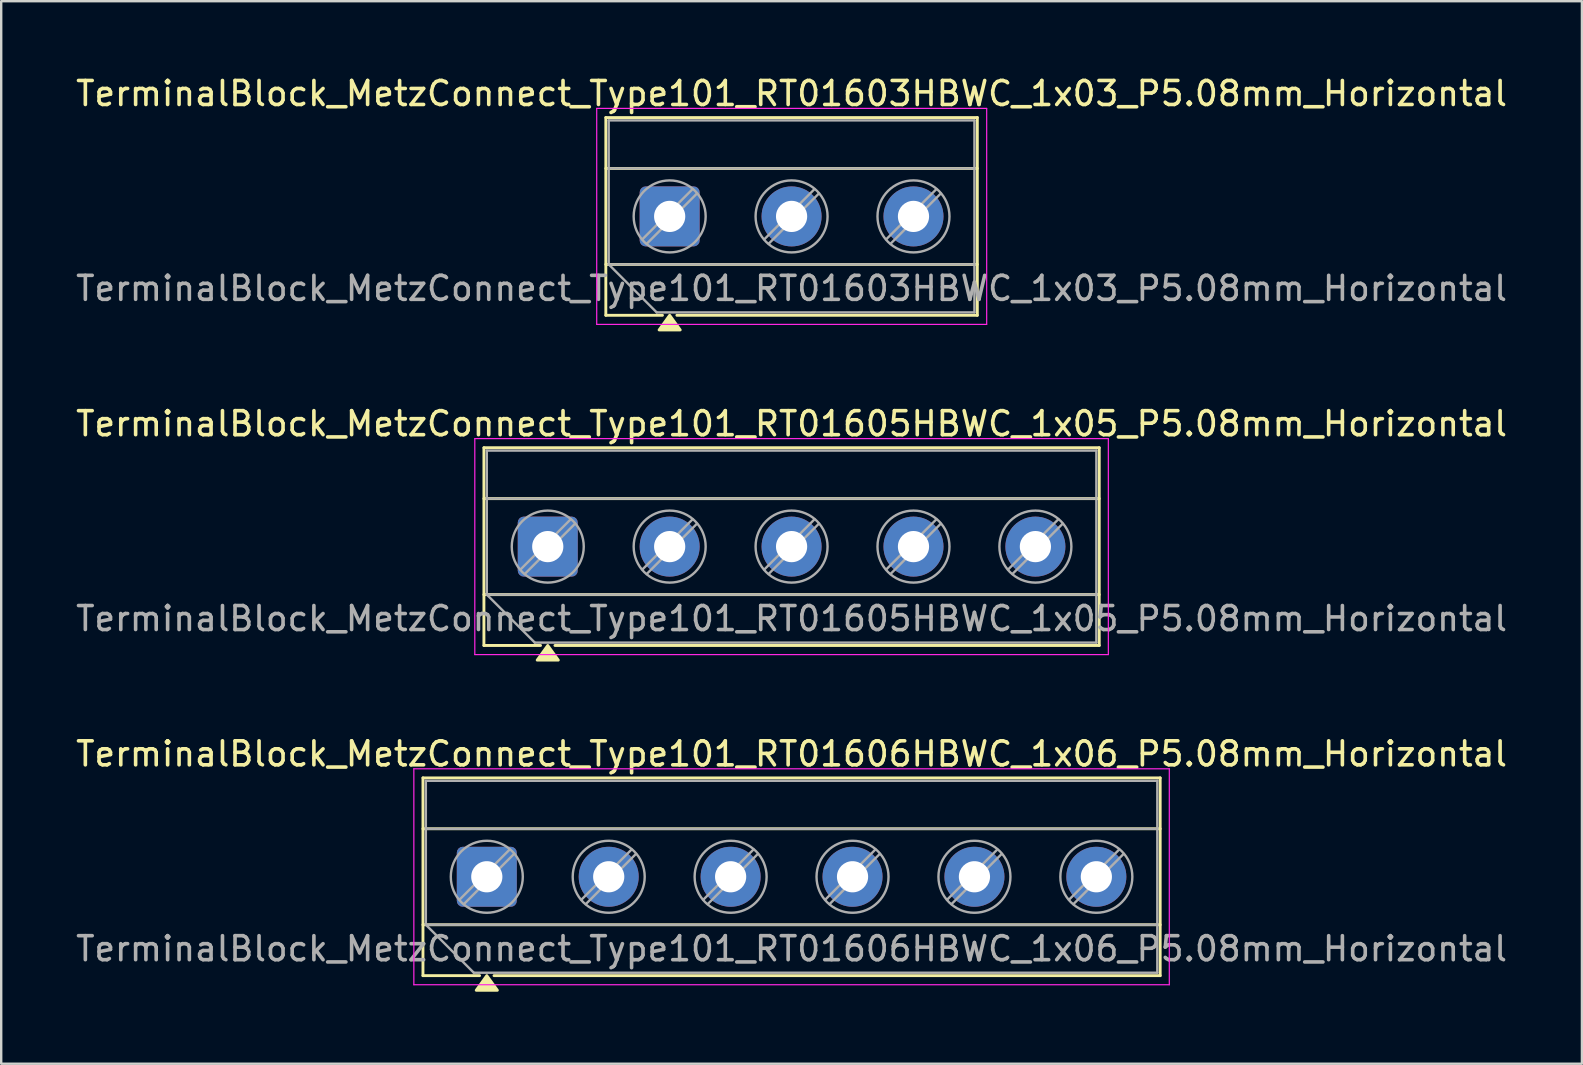
<source format=kicad_pcb>
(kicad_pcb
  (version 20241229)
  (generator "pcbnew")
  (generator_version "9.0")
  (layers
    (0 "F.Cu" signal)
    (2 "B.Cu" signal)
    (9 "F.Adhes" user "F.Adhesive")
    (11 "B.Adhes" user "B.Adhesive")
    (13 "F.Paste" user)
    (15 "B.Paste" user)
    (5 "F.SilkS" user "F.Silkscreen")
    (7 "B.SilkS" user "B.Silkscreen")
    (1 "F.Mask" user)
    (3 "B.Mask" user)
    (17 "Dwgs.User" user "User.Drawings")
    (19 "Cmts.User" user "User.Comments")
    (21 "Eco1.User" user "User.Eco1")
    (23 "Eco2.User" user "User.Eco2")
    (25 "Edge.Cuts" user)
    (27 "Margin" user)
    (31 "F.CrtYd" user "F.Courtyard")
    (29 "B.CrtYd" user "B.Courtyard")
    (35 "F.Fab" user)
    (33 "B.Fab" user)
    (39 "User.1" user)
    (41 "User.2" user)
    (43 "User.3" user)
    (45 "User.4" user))
  (footprint "TerminalBlock_MetzConnect_Type101_RT01605HBWC_1x05_P5.08mm_Horizontal"
    (layer "F.Cu")
    (at 19.775 19.727)
    (property "Reference" "TerminalBlock_MetzConnect_Type101_RT01605HBWC_1x05_P5.08mm_Horizontal" (at 10.16 -5.12 0) (layer "F.SilkS") (effects (font (size 1 1) (thickness 0.15))))
    (attr through_hole)
    (fp_line (start -2.66 -4.12) (end -2.66 4.12) (stroke (width 0.12) (type solid)) (layer "F.SilkS"))
    (fp_line (start -2.66 -4.12) (end 22.98 -4.12) (stroke (width 0.12) (type solid)) (layer "F.SilkS"))
    (fp_line (start -2.66 -2) (end 22.98 -2) (stroke (width 0.12) (type solid)) (layer "F.SilkS"))
    (fp_line (start -2.66 2) (end 22.98 2) (stroke (width 0.12) (type solid)) (layer "F.SilkS"))
    (fp_line (start -2.66 4.12) (end -0.3 4.12) (stroke (width 0.12) (type solid)) (layer "F.SilkS"))
    (fp_line (start 0.3 4.12) (end 22.98 4.12) (stroke (width 0.12) (type solid)) (layer "F.SilkS"))
    (fp_line (start 22.98 -4.12) (end 22.98 4.12) (stroke (width 0.12) (type solid)) (layer "F.SilkS"))
    (fp_poly (pts (xy 0 4.12) (xy 0.44 4.73) (xy -0.44 4.73)) (stroke (width 0.12) (type solid)) (fill yes) (layer "F.SilkS"))
    (fp_line (start -3.04 -4.5) (end -3.04 4.5) (stroke (width 0.05) (type solid)) (layer "F.CrtYd"))
    (fp_line (start -3.04 4.5) (end 23.36 4.5) (stroke (width 0.05) (type solid)) (layer "F.CrtYd"))
    (fp_line (start 23.36 -4.5) (end -3.04 -4.5) (stroke (width 0.05) (type solid)) (layer "F.CrtYd"))
    (fp_line (start 23.36 4.5) (end 23.36 -4.5) (stroke (width 0.05) (type solid)) (layer "F.CrtYd"))
    (fp_line (start -2.54 -4) (end 22.86 -4) (stroke (width 0.1) (type solid)) (layer "F.Fab"))
    (fp_line (start -2.54 -2) (end 22.86 -2) (stroke (width 0.1) (type solid)) (layer "F.Fab"))
    (fp_line (start -2.54 2) (end -2.54 -4) (stroke (width 0.1) (type solid)) (layer "F.Fab"))
    (fp_line (start -2.54 2) (end 22.86 2) (stroke (width 0.1) (type solid)) (layer "F.Fab"))
    (fp_line (start -0.54 4) (end -2.54 2) (stroke (width 0.1) (type solid)) (layer "F.Fab"))
    (fp_line (start 0.955 -1.138) (end -1.138 0.955) (stroke (width 0.1) (type solid)) (layer "F.Fab"))
    (fp_line (start 1.138 -0.955) (end -0.955 1.138) (stroke (width 0.1) (type solid)) (layer "F.Fab"))
    (fp_line (start 6.035 -1.138) (end 3.942 0.955) (stroke (width 0.1) (type solid)) (layer "F.Fab"))
    (fp_line (start 6.218 -0.955) (end 4.125 1.138) (stroke (width 0.1) (type solid)) (layer "F.Fab"))
    (fp_line (start 11.115 -1.138) (end 9.022 0.955) (stroke (width 0.1) (type solid)) (layer "F.Fab"))
    (fp_line (start 11.298 -0.955) (end 9.205 1.138) (stroke (width 0.1) (type solid)) (layer "F.Fab"))
    (fp_line (start 16.195 -1.138) (end 14.102 0.955) (stroke (width 0.1) (type solid)) (layer "F.Fab"))
    (fp_line (start 16.378 -0.955) (end 14.285 1.138) (stroke (width 0.1) (type solid)) (layer "F.Fab"))
    (fp_line (start 21.275 -1.138) (end 19.182 0.955) (stroke (width 0.1) (type solid)) (layer "F.Fab"))
    (fp_line (start 21.458 -0.955) (end 19.365 1.138) (stroke (width 0.1) (type solid)) (layer "F.Fab"))
    (fp_line (start 22.86 -4) (end 22.86 4) (stroke (width 0.1) (type solid)) (layer "F.Fab"))
    (fp_line (start 22.86 4) (end -0.54 4) (stroke (width 0.1) (type solid)) (layer "F.Fab"))
    (fp_circle (center 0 0) (end 1.5 0) (stroke (width 0.1) (type solid)) (fill no) (layer "F.Fab"))
    (fp_circle (center 5.08 0) (end 6.58 0) (stroke (width 0.1) (type solid)) (fill no) (layer "F.Fab"))
    (fp_circle (center 10.16 0) (end 11.66 0) (stroke (width 0.1) (type solid)) (fill no) (layer "F.Fab"))
    (fp_circle (center 15.24 0) (end 16.74 0) (stroke (width 0.1) (type solid)) (fill no) (layer "F.Fab"))
    (fp_circle (center 20.32 0) (end 21.82 0) (stroke (width 0.1) (type solid)) (fill no) (layer "F.Fab"))
    (fp_text user "${REFERENCE}" (at 10.16 3 0) (layer "F.Fab") (effects (font (size 1 1) (thickness 0.15))))
    (pad "1" thru_hole roundrect (at 0 0) (size 2.5 2.5) (drill 1.3) (layers "*.Cu" "*.Mask") (roundrect_rratio 0.1))
    (pad "2" thru_hole circle (at 5.08 0) (size 2.5 2.5) (drill 1.3) (layers "*.Cu" "*.Mask"))
    (pad "3" thru_hole circle (at 10.16 0) (size 2.5 2.5) (drill 1.3) (layers "*.Cu" "*.Mask"))
    (pad "4" thru_hole circle (at 15.24 0) (size 2.5 2.5) (drill 1.3) (layers "*.Cu" "*.Mask"))
    (pad "5" thru_hole circle (at 20.32 0) (size 2.5 2.5) (drill 1.3) (layers "*.Cu" "*.Mask")))
  (footprint "TerminalBlock_MetzConnect_Type101_RT01606HBWC_1x06_P5.08mm_Horizontal"
    (layer "F.Cu")
    (at 17.235 33.485)
    (property "Reference" "TerminalBlock_MetzConnect_Type101_RT01606HBWC_1x06_P5.08mm_Horizontal" (at 12.7 -5.12 0) (layer "F.SilkS") (effects (font (size 1 1) (thickness 0.15))))
    (attr through_hole)
    (fp_line (start -2.66 -4.12) (end -2.66 4.12) (stroke (width 0.12) (type solid)) (layer "F.SilkS"))
    (fp_line (start -2.66 -4.12) (end 28.06 -4.12) (stroke (width 0.12) (type solid)) (layer "F.SilkS"))
    (fp_line (start -2.66 -2) (end 28.06 -2) (stroke (width 0.12) (type solid)) (layer "F.SilkS"))
    (fp_line (start -2.66 2) (end 28.06 2) (stroke (width 0.12) (type solid)) (layer "F.SilkS"))
    (fp_line (start -2.66 4.12) (end -0.3 4.12) (stroke (width 0.12) (type solid)) (layer "F.SilkS"))
    (fp_line (start 0.3 4.12) (end 28.06 4.12) (stroke (width 0.12) (type solid)) (layer "F.SilkS"))
    (fp_line (start 28.06 -4.12) (end 28.06 4.12) (stroke (width 0.12) (type solid)) (layer "F.SilkS"))
    (fp_poly (pts (xy 0 4.12) (xy 0.44 4.73) (xy -0.44 4.73)) (stroke (width 0.12) (type solid)) (fill yes) (layer "F.SilkS"))
    (fp_line (start -3.04 -4.5) (end -3.04 4.5) (stroke (width 0.05) (type solid)) (layer "F.CrtYd"))
    (fp_line (start -3.04 4.5) (end 28.44 4.5) (stroke (width 0.05) (type solid)) (layer "F.CrtYd"))
    (fp_line (start 28.44 -4.5) (end -3.04 -4.5) (stroke (width 0.05) (type solid)) (layer "F.CrtYd"))
    (fp_line (start 28.44 4.5) (end 28.44 -4.5) (stroke (width 0.05) (type solid)) (layer "F.CrtYd"))
    (fp_line (start -2.54 -4) (end 27.94 -4) (stroke (width 0.1) (type solid)) (layer "F.Fab"))
    (fp_line (start -2.54 -2) (end 27.94 -2) (stroke (width 0.1) (type solid)) (layer "F.Fab"))
    (fp_line (start -2.54 2) (end -2.54 -4) (stroke (width 0.1) (type solid)) (layer "F.Fab"))
    (fp_line (start -2.54 2) (end 27.94 2) (stroke (width 0.1) (type solid)) (layer "F.Fab"))
    (fp_line (start -0.54 4) (end -2.54 2) (stroke (width 0.1) (type solid)) (layer "F.Fab"))
    (fp_line (start 0.955 -1.138) (end -1.138 0.955) (stroke (width 0.1) (type solid)) (layer "F.Fab"))
    (fp_line (start 1.138 -0.955) (end -0.955 1.138) (stroke (width 0.1) (type solid)) (layer "F.Fab"))
    (fp_line (start 6.035 -1.138) (end 3.942 0.955) (stroke (width 0.1) (type solid)) (layer "F.Fab"))
    (fp_line (start 6.218 -0.955) (end 4.125 1.138) (stroke (width 0.1) (type solid)) (layer "F.Fab"))
    (fp_line (start 11.115 -1.138) (end 9.022 0.955) (stroke (width 0.1) (type solid)) (layer "F.Fab"))
    (fp_line (start 11.298 -0.955) (end 9.205 1.138) (stroke (width 0.1) (type solid)) (layer "F.Fab"))
    (fp_line (start 16.195 -1.138) (end 14.102 0.955) (stroke (width 0.1) (type solid)) (layer "F.Fab"))
    (fp_line (start 16.378 -0.955) (end 14.285 1.138) (stroke (width 0.1) (type solid)) (layer "F.Fab"))
    (fp_line (start 21.275 -1.138) (end 19.182 0.955) (stroke (width 0.1) (type solid)) (layer "F.Fab"))
    (fp_line (start 21.458 -0.955) (end 19.365 1.138) (stroke (width 0.1) (type solid)) (layer "F.Fab"))
    (fp_line (start 26.355 -1.138) (end 24.262 0.955) (stroke (width 0.1) (type solid)) (layer "F.Fab"))
    (fp_line (start 26.538 -0.955) (end 24.445 1.138) (stroke (width 0.1) (type solid)) (layer "F.Fab"))
    (fp_line (start 27.94 -4) (end 27.94 4) (stroke (width 0.1) (type solid)) (layer "F.Fab"))
    (fp_line (start 27.94 4) (end -0.54 4) (stroke (width 0.1) (type solid)) (layer "F.Fab"))
    (fp_circle (center 0 0) (end 1.5 0) (stroke (width 0.1) (type solid)) (fill no) (layer "F.Fab"))
    (fp_circle (center 5.08 0) (end 6.58 0) (stroke (width 0.1) (type solid)) (fill no) (layer "F.Fab"))
    (fp_circle (center 10.16 0) (end 11.66 0) (stroke (width 0.1) (type solid)) (fill no) (layer "F.Fab"))
    (fp_circle (center 15.24 0) (end 16.74 0) (stroke (width 0.1) (type solid)) (fill no) (layer "F.Fab"))
    (fp_circle (center 20.32 0) (end 21.82 0) (stroke (width 0.1) (type solid)) (fill no) (layer "F.Fab"))
    (fp_circle (center 25.4 0) (end 26.9 0) (stroke (width 0.1) (type solid)) (fill no) (layer "F.Fab"))
    (fp_text user "${REFERENCE}" (at 12.7 3 0) (layer "F.Fab") (effects (font (size 1 1) (thickness 0.15))))
    (pad "1" thru_hole roundrect (at 0 0) (size 2.5 2.5) (drill 1.3) (layers "*.Cu" "*.Mask") (roundrect_rratio 0.1))
    (pad "2" thru_hole circle (at 5.08 0) (size 2.5 2.5) (drill 1.3) (layers "*.Cu" "*.Mask"))
    (pad "3" thru_hole circle (at 10.16 0) (size 2.5 2.5) (drill 1.3) (layers "*.Cu" "*.Mask"))
    (pad "4" thru_hole circle (at 15.24 0) (size 2.5 2.5) (drill 1.3) (layers "*.Cu" "*.Mask"))
    (pad "5" thru_hole circle (at 20.32 0) (size 2.5 2.5) (drill 1.3) (layers "*.Cu" "*.Mask"))
    (pad "6" thru_hole circle (at 25.4 0) (size 2.5 2.5) (drill 1.3) (layers "*.Cu" "*.Mask")))
  (footprint "TerminalBlock_MetzConnect_Type101_RT01603HBWC_1x03_P5.08mm_Horizontal"
    (layer "F.Cu")
    (at 24.855 5.968)
    (property "Reference" "TerminalBlock_MetzConnect_Type101_RT01603HBWC_1x03_P5.08mm_Horizontal" (at 5.08 -5.12 0) (layer "F.SilkS") (effects (font (size 1 1) (thickness 0.15))))
    (attr through_hole)
    (fp_line (start -2.66 -4.12) (end -2.66 4.12) (stroke (width 0.12) (type solid)) (layer "F.SilkS"))
    (fp_line (start -2.66 -4.12) (end 12.82 -4.12) (stroke (width 0.12) (type solid)) (layer "F.SilkS"))
    (fp_line (start -2.66 -2) (end 12.82 -2) (stroke (width 0.12) (type solid)) (layer "F.SilkS"))
    (fp_line (start -2.66 2) (end 12.82 2) (stroke (width 0.12) (type solid)) (layer "F.SilkS"))
    (fp_line (start -2.66 4.12) (end -0.3 4.12) (stroke (width 0.12) (type solid)) (layer "F.SilkS"))
    (fp_line (start 0.3 4.12) (end 12.82 4.12) (stroke (width 0.12) (type solid)) (layer "F.SilkS"))
    (fp_line (start 12.82 -4.12) (end 12.82 4.12) (stroke (width 0.12) (type solid)) (layer "F.SilkS"))
    (fp_poly (pts (xy 0 4.12) (xy 0.44 4.73) (xy -0.44 4.73)) (stroke (width 0.12) (type solid)) (fill yes) (layer "F.SilkS"))
    (fp_line (start -3.04 -4.5) (end -3.04 4.5) (stroke (width 0.05) (type solid)) (layer "F.CrtYd"))
    (fp_line (start -3.04 4.5) (end 13.21 4.5) (stroke (width 0.05) (type solid)) (layer "F.CrtYd"))
    (fp_line (start 13.21 -4.5) (end -3.04 -4.5) (stroke (width 0.05) (type solid)) (layer "F.CrtYd"))
    (fp_line (start 13.21 4.5) (end 13.21 -4.5) (stroke (width 0.05) (type solid)) (layer "F.CrtYd"))
    (fp_line (start -2.54 -4) (end 12.7 -4) (stroke (width 0.1) (type solid)) (layer "F.Fab"))
    (fp_line (start -2.54 -2) (end 12.7 -2) (stroke (width 0.1) (type solid)) (layer "F.Fab"))
    (fp_line (start -2.54 2) (end -2.54 -4) (stroke (width 0.1) (type solid)) (layer "F.Fab"))
    (fp_line (start -2.54 2) (end 12.7 2) (stroke (width 0.1) (type solid)) (layer "F.Fab"))
    (fp_line (start -0.54 4) (end -2.54 2) (stroke (width 0.1) (type solid)) (layer "F.Fab"))
    (fp_line (start 0.955 -1.138) (end -1.138 0.955) (stroke (width 0.1) (type solid)) (layer "F.Fab"))
    (fp_line (start 1.138 -0.955) (end -0.955 1.138) (stroke (width 0.1) (type solid)) (layer "F.Fab"))
    (fp_line (start 6.035 -1.138) (end 3.942 0.955) (stroke (width 0.1) (type solid)) (layer "F.Fab"))
    (fp_line (start 6.218 -0.955) (end 4.125 1.138) (stroke (width 0.1) (type solid)) (layer "F.Fab"))
    (fp_line (start 11.115 -1.138) (end 9.022 0.955) (stroke (width 0.1) (type solid)) (layer "F.Fab"))
    (fp_line (start 11.298 -0.955) (end 9.205 1.138) (stroke (width 0.1) (type solid)) (layer "F.Fab"))
    (fp_line (start 12.7 -4) (end 12.7 4) (stroke (width 0.1) (type solid)) (layer "F.Fab"))
    (fp_line (start 12.7 4) (end -0.54 4) (stroke (width 0.1) (type solid)) (layer "F.Fab"))
    (fp_circle (center 0 0) (end 1.5 0) (stroke (width 0.1) (type solid)) (fill no) (layer "F.Fab"))
    (fp_circle (center 5.08 0) (end 6.58 0) (stroke (width 0.1) (type solid)) (fill no) (layer "F.Fab"))
    (fp_circle (center 10.16 0) (end 11.66 0) (stroke (width 0.1) (type solid)) (fill no) (layer "F.Fab"))
    (fp_text user "${REFERENCE}" (at 5.08 3 0) (layer "F.Fab") (effects (font (size 1 1) (thickness 0.15))))
    (pad "1" thru_hole roundrect (at 0 0) (size 2.5 2.5) (drill 1.3) (layers "*.Cu" "*.Mask") (roundrect_rratio 0.1))
    (pad "2" thru_hole circle (at 5.08 0) (size 2.5 2.5) (drill 1.3) (layers "*.Cu" "*.Mask"))
    (pad "3" thru_hole circle (at 10.16 0) (size 2.5 2.5) (drill 1.3) (layers "*.Cu" "*.Mask")))
  (gr_rect
    (start -3 -3)
    (end 62.869 41.275)
    (stroke (width 0.1) (type default))
    (fill no)
    (layer "Edge.Cuts")))
</source>
